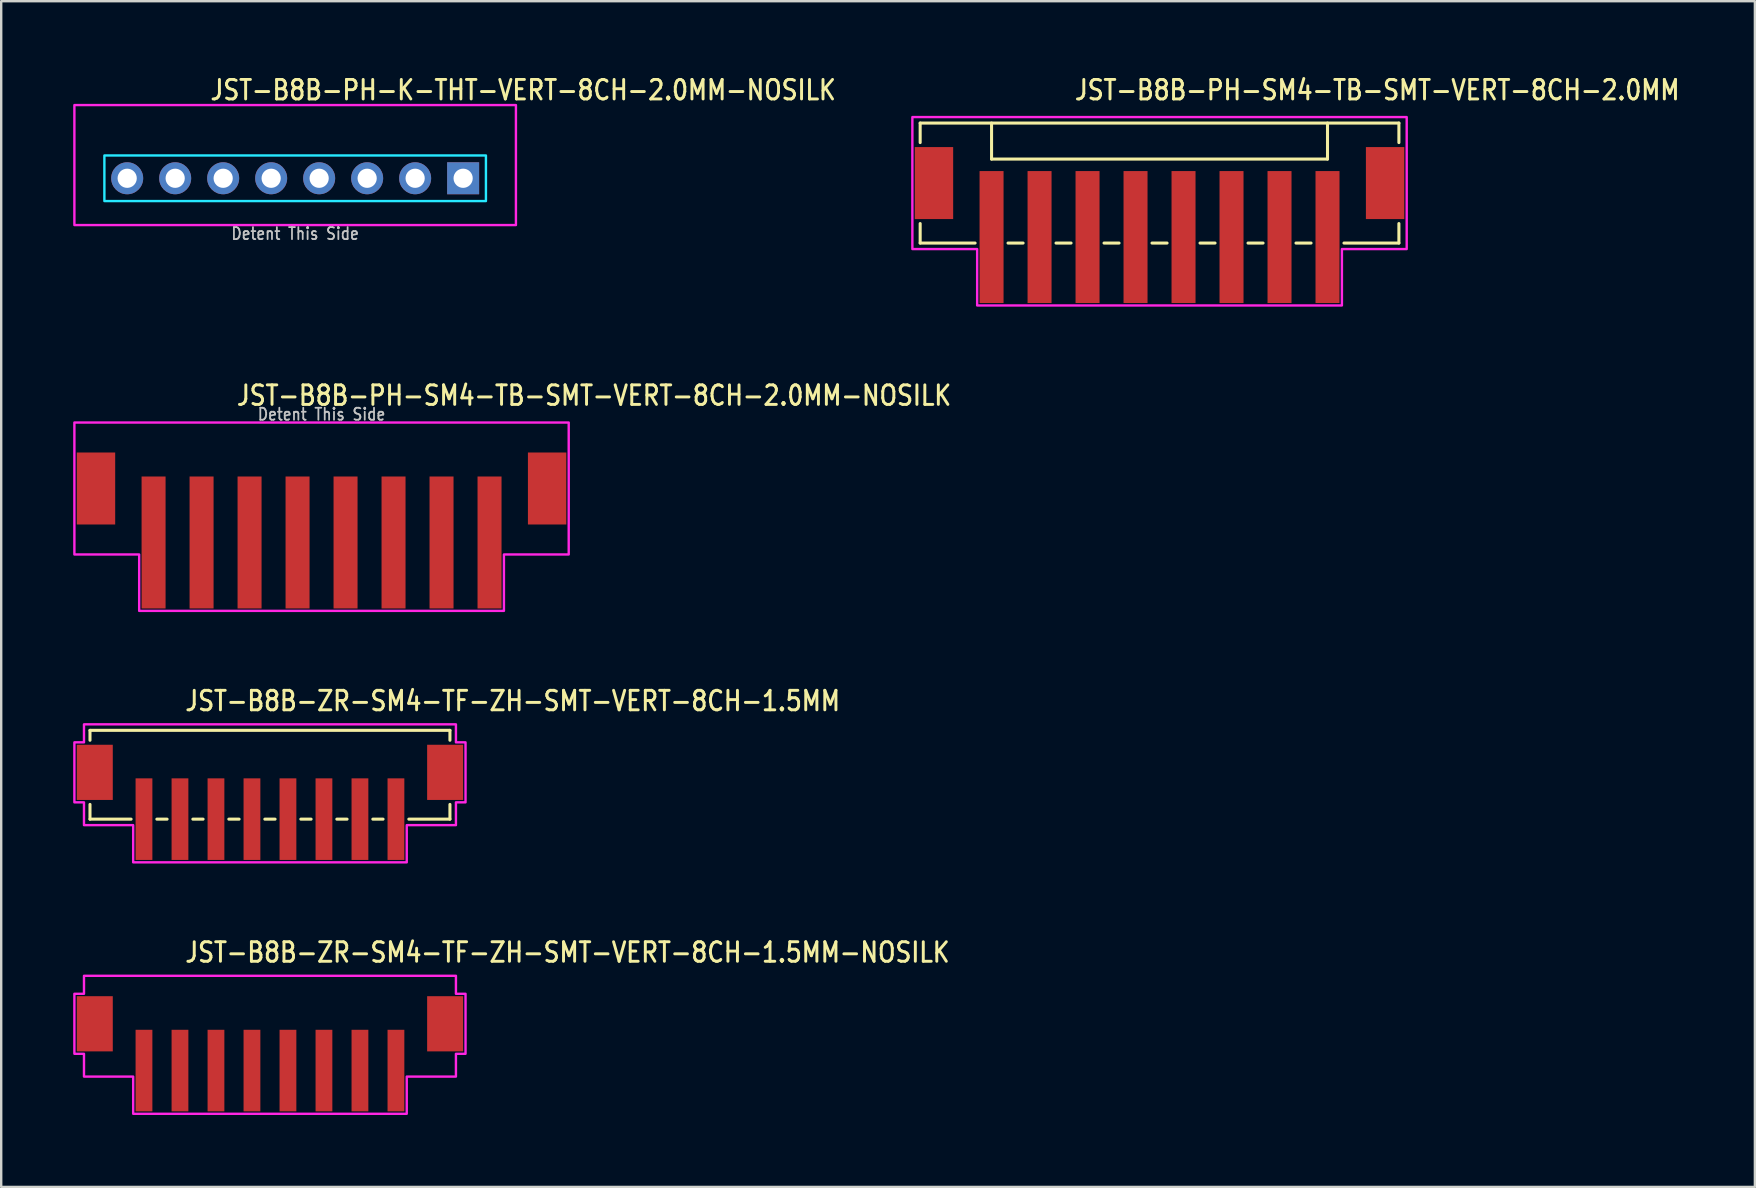
<source format=kicad_pcb>
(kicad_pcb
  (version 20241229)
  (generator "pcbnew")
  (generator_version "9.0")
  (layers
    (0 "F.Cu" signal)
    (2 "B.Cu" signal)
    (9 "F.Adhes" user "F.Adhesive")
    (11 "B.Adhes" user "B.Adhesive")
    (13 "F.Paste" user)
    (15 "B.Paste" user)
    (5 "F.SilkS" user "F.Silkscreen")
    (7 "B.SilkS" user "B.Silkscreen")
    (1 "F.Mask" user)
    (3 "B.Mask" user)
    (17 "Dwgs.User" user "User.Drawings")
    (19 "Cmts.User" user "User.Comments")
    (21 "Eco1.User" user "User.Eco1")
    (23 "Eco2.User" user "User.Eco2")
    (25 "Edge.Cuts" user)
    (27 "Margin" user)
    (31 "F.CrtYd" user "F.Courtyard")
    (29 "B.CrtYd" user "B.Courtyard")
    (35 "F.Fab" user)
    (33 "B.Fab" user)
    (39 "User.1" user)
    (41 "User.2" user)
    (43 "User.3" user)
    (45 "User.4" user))
  (footprint "JST-B8B-PH-SM4-TB-SMT-VERT-8CH-2.0MM"
    (layer "F.Cu")
    (at 45.271 4.579)
    (property "Reference" "JST-B8B-PH-SM4-TB-SMT-VERT-8CH-2.0MM" (at -3.6 -3.4 0) (unlocked yes) (layer "F.SilkS") (effects (font (size 0.813 0.695) (thickness 0.122)) (justify left bottom)))
    (fp_line (start -9.975 -2.5) (end -9.975 -1.687) (stroke (width 0.127) (type solid)) (layer "F.SilkS"))
    (fp_line (start -9.975 -2.5) (end 9.975 -2.5) (stroke (width 0.127) (type solid)) (layer "F.SilkS"))
    (fp_line (start -9.975 2.5) (end -9.975 1.687) (stroke (width 0.127) (type solid)) (layer "F.SilkS"))
    (fp_line (start -9.975 2.5) (end -7.686 2.5) (stroke (width 0.127) (type solid)) (layer "F.SilkS"))
    (fp_line (start -7 -2.5) (end -7 -1) (stroke (width 0.127) (type solid)) (layer "F.SilkS"))
    (fp_line (start -7 -1) (end 7 -1) (stroke (width 0.127) (type solid)) (layer "F.SilkS"))
    (fp_line (start -6.314 2.5) (end -5.686 2.5) (stroke (width 0.127) (type solid)) (layer "F.SilkS"))
    (fp_line (start -4.314 2.5) (end -3.687 2.5) (stroke (width 0.127) (type solid)) (layer "F.SilkS"))
    (fp_line (start -2.313 2.5) (end -1.687 2.5) (stroke (width 0.127) (type solid)) (layer "F.SilkS"))
    (fp_line (start -0.314 2.5) (end 0.314 2.5) (stroke (width 0.127) (type solid)) (layer "F.SilkS"))
    (fp_line (start 1.687 2.5) (end 2.313 2.5) (stroke (width 0.127) (type solid)) (layer "F.SilkS"))
    (fp_line (start 3.687 2.5) (end 4.314 2.5) (stroke (width 0.127) (type solid)) (layer "F.SilkS"))
    (fp_line (start 5.686 2.5) (end 6.314 2.5) (stroke (width 0.127) (type solid)) (layer "F.SilkS"))
    (fp_line (start 7 -1) (end 7 -2.5) (stroke (width 0.127) (type solid)) (layer "F.SilkS"))
    (fp_line (start 7.686 2.5) (end 9.975 2.5) (stroke (width 0.127) (type solid)) (layer "F.SilkS"))
    (fp_line (start 9.975 -1.687) (end 9.975 -2.5) (stroke (width 0.127) (type solid)) (layer "F.SilkS"))
    (fp_line (start 9.975 1.687) (end 9.975 2.5) (stroke (width 0.127) (type solid)) (layer "F.SilkS"))
    (fp_poly (pts (xy -10.3 -2.75) (xy -10.3 2.75) (xy -7.6 2.75) (xy -7.6 5.1) (xy 7.6 5.1) (xy 7.6 2.75) (xy 10.3 2.75) (xy 10.3 -2.75)) (stroke (width 0.1) (type solid)) (fill no) (layer "F.CrtYd"))
    (pad "P$1" smd rect (at -7 2.25) (size 1 5.5) (layers "F.Cu" "F.Mask" "F.Paste"))
    (pad "P$2" smd rect (at -5 2.25) (size 1 5.5) (layers "F.Cu" "F.Mask" "F.Paste"))
    (pad "P$3" smd rect (at -3 2.25) (size 1 5.5) (layers "F.Cu" "F.Mask" "F.Paste"))
    (pad "P$4" smd rect (at -1 2.25) (size 1 5.5) (layers "F.Cu" "F.Mask" "F.Paste"))
    (pad "P$5" smd rect (at 1 2.25) (size 1 5.5) (layers "F.Cu" "F.Mask" "F.Paste"))
    (pad "P$6" smd rect (at 3 2.25) (size 1 5.5) (layers "F.Cu" "F.Mask" "F.Paste"))
    (pad "P$7" smd rect (at 5 2.25) (size 1 5.5) (layers "F.Cu" "F.Mask" "F.Paste"))
    (pad "P$8" smd rect (at 7 2.25) (size 1 5.5) (layers "F.Cu" "F.Mask" "F.Paste"))
    (pad "S$1" smd rect (at -9.4 0) (size 1.6 3) (layers "F.Cu" "F.Mask" "F.Paste"))
    (pad "S$2" smd rect (at 9.4 0) (size 1.6 3) (layers "F.Cu" "F.Mask" "F.Paste")))
  (footprint "JST-B8B-ZR-SM4-TF-ZH-SMT-VERT-8CH-1.5MM-NOSILK"
    (layer "F.Cu")
    (at 8.2 39.614)
    (property "Reference" "JST-B8B-ZR-SM4-TF-ZH-SMT-VERT-8CH-1.5MM-NOSILK" (at -3.6 -2.5 0) (unlocked yes) (layer "F.SilkS") (effects (font (size 0.813 0.695) (thickness 0.122)) (justify left bottom)))
    (fp_poly (pts (xy -7.75 -2) (xy -7.75 -1.25) (xy -8.15 -1.25) (xy -8.15 1.25) (xy -7.75 1.25) (xy -7.75 2.2) (xy -5.7 2.2) (xy -5.7 3.75) (xy 5.7 3.75) (xy 5.7 2.2) (xy 7.75 2.2) (xy 7.75 1.25) (xy 8.15 1.25) (xy 8.15 -1.25) (xy 7.75 -1.25) (xy 7.75 -2)) (stroke (width 0.1) (type solid)) (fill no) (layer "F.CrtYd"))
    (pad "P$1" smd rect (at -5.25 1.95) (size 0.7 3.4) (layers "F.Cu" "F.Mask" "F.Paste"))
    (pad "P$2" smd rect (at -3.75 1.95) (size 0.7 3.4) (layers "F.Cu" "F.Mask" "F.Paste"))
    (pad "P$3" smd rect (at -2.25 1.95) (size 0.7 3.4) (layers "F.Cu" "F.Mask" "F.Paste"))
    (pad "P$4" smd rect (at -0.75 1.95) (size 0.7 3.4) (layers "F.Cu" "F.Mask" "F.Paste"))
    (pad "P$5" smd rect (at 0.75 1.95) (size 0.7 3.4) (layers "F.Cu" "F.Mask" "F.Paste"))
    (pad "P$6" smd rect (at 2.25 1.95) (size 0.7 3.4) (layers "F.Cu" "F.Mask" "F.Paste"))
    (pad "P$7" smd rect (at 3.75 1.95) (size 0.7 3.4) (layers "F.Cu" "F.Mask" "F.Paste"))
    (pad "P$8" smd rect (at 5.25 1.95) (size 0.7 3.4) (layers "F.Cu" "F.Mask" "F.Paste"))
    (pad "P$9" smd rect (at 7.3 0) (size 1.5 2.3) (layers "F.Cu" "F.Mask" "F.Paste"))
    (pad "P$10" smd rect (at -7.3 0) (size 1.5 2.3) (layers "F.Cu" "F.Mask" "F.Paste")))
  (footprint "JST-B8B-PH-SM4-TB-SMT-VERT-8CH-2.0MM-NOSILK"
    (layer "F.Cu")
    (at 10.35 17.307)
    (property "Reference" "JST-B8B-PH-SM4-TB-SMT-VERT-8CH-2.0MM-NOSILK" (at -3.6 -3.4 0) (unlocked yes) (layer "F.SilkS") (effects (font (size 0.813 0.695) (thickness 0.122)) (justify left bottom)))
    (fp_poly (pts (xy -10.3 -2.75) (xy -10.3 2.75) (xy -7.6 2.75) (xy -7.6 5.1) (xy 7.6 5.1) (xy 7.6 2.75) (xy 10.3 2.75) (xy 10.3 -2.75)) (stroke (width 0.1) (type solid)) (fill no) (layer "F.CrtYd"))
    (fp_text user "Detent This Side" (at 0 -2.8 0) (unlocked yes) (layer "Dwgs.User") (effects (font (size 0.5 0.427) (thickness 0.075)) (justify bottom)))
    (pad "P$1" smd rect (at -7 2.25) (size 1 5.5) (layers "F.Cu" "F.Mask" "F.Paste"))
    (pad "P$2" smd rect (at -5 2.25) (size 1 5.5) (layers "F.Cu" "F.Mask" "F.Paste"))
    (pad "P$3" smd rect (at -3 2.25) (size 1 5.5) (layers "F.Cu" "F.Mask" "F.Paste"))
    (pad "P$4" smd rect (at -1 2.25) (size 1 5.5) (layers "F.Cu" "F.Mask" "F.Paste"))
    (pad "P$5" smd rect (at 1 2.25) (size 1 5.5) (layers "F.Cu" "F.Mask" "F.Paste"))
    (pad "P$6" smd rect (at 3 2.25) (size 1 5.5) (layers "F.Cu" "F.Mask" "F.Paste"))
    (pad "P$7" smd rect (at 5 2.25) (size 1 5.5) (layers "F.Cu" "F.Mask" "F.Paste"))
    (pad "P$8" smd rect (at 7 2.25) (size 1 5.5) (layers "F.Cu" "F.Mask" "F.Paste"))
    (pad "S$1" smd rect (at -9.4 0) (size 1.6 3) (layers "F.Cu" "F.Mask" "F.Paste"))
    (pad "S$2" smd rect (at 9.4 0) (size 1.6 3) (layers "F.Cu" "F.Mask" "F.Paste")))
  (footprint "JST-B8B-ZR-SM4-TF-ZH-SMT-VERT-8CH-1.5MM"
    (layer "F.Cu")
    (at 8.2 29.136)
    (property "Reference" "JST-B8B-ZR-SM4-TF-ZH-SMT-VERT-8CH-1.5MM" (at -3.6 -2.5 0) (unlocked yes) (layer "F.SilkS") (effects (font (size 0.813 0.695) (thickness 0.122)) (justify left bottom)))
    (fp_line (start -7.5 -1.75) (end -7.5 -1.337) (stroke (width 0.127) (type solid)) (layer "F.SilkS"))
    (fp_line (start -7.5 -1.75) (end 7.5 -1.75) (stroke (width 0.127) (type solid)) (layer "F.SilkS"))
    (fp_line (start -7.5 1.95) (end -7.5 1.337) (stroke (width 0.127) (type solid)) (layer "F.SilkS"))
    (fp_line (start -7.5 1.95) (end -5.787 1.95) (stroke (width 0.127) (type solid)) (layer "F.SilkS"))
    (fp_line (start -4.713 1.95) (end -4.287 1.95) (stroke (width 0.127) (type solid)) (layer "F.SilkS"))
    (fp_line (start -3.213 1.95) (end -2.787 1.95) (stroke (width 0.127) (type solid)) (layer "F.SilkS"))
    (fp_line (start -1.714 1.95) (end -1.286 1.95) (stroke (width 0.127) (type solid)) (layer "F.SilkS"))
    (fp_line (start -0.213 1.95) (end 0.213 1.95) (stroke (width 0.127) (type solid)) (layer "F.SilkS"))
    (fp_line (start 1.286 1.95) (end 1.714 1.95) (stroke (width 0.127) (type solid)) (layer "F.SilkS"))
    (fp_line (start 2.787 1.95) (end 3.213 1.95) (stroke (width 0.127) (type solid)) (layer "F.SilkS"))
    (fp_line (start 4.287 1.95) (end 4.713 1.95) (stroke (width 0.127) (type solid)) (layer "F.SilkS"))
    (fp_line (start 5.787 1.95) (end 7.5 1.95) (stroke (width 0.127) (type solid)) (layer "F.SilkS"))
    (fp_line (start 7.5 -1.337) (end 7.5 -1.75) (stroke (width 0.127) (type solid)) (layer "F.SilkS"))
    (fp_line (start 7.5 1.337) (end 7.5 1.95) (stroke (width 0.127) (type solid)) (layer "F.SilkS"))
    (fp_poly (pts (xy -7.75 -2) (xy -7.75 -1.25) (xy -8.15 -1.25) (xy -8.15 1.25) (xy -7.75 1.25) (xy -7.75 2.2) (xy -5.7 2.2) (xy -5.7 3.75) (xy 5.7 3.75) (xy 5.7 2.2) (xy 7.75 2.2) (xy 7.75 1.25) (xy 8.15 1.25) (xy 8.15 -1.25) (xy 7.75 -1.25) (xy 7.75 -2)) (stroke (width 0.1) (type solid)) (fill no) (layer "F.CrtYd"))
    (pad "P$1" smd rect (at -5.25 1.95) (size 0.7 3.4) (layers "F.Cu" "F.Mask" "F.Paste"))
    (pad "P$2" smd rect (at -3.75 1.95) (size 0.7 3.4) (layers "F.Cu" "F.Mask" "F.Paste"))
    (pad "P$3" smd rect (at -2.25 1.95) (size 0.7 3.4) (layers "F.Cu" "F.Mask" "F.Paste"))
    (pad "P$4" smd rect (at -0.75 1.95) (size 0.7 3.4) (layers "F.Cu" "F.Mask" "F.Paste"))
    (pad "P$5" smd rect (at 0.75 1.95) (size 0.7 3.4) (layers "F.Cu" "F.Mask" "F.Paste"))
    (pad "P$6" smd rect (at 2.25 1.95) (size 0.7 3.4) (layers "F.Cu" "F.Mask" "F.Paste"))
    (pad "P$7" smd rect (at 3.75 1.95) (size 0.7 3.4) (layers "F.Cu" "F.Mask" "F.Paste"))
    (pad "P$8" smd rect (at 5.25 1.95) (size 0.7 3.4) (layers "F.Cu" "F.Mask" "F.Paste"))
    (pad "S$9" smd rect (at 7.3 0) (size 1.5 2.3) (layers "F.Cu" "F.Mask" "F.Paste"))
    (pad "S$10" smd rect (at -7.3 0) (size 1.5 2.3) (layers "F.Cu" "F.Mask" "F.Paste")))
  (footprint "JST-B8B-PH-K-THT-VERT-8CH-2.0MM-NOSILK"
    (layer "F.Cu")
    (at 9.25 4.379)
    (property "Reference" "JST-B8B-PH-K-THT-VERT-8CH-2.0MM-NOSILK" (at -3.6 -3.2 0) (unlocked yes) (layer "F.SilkS") (effects (font (size 0.813 0.695) (thickness 0.122)) (justify left bottom)))
    (fp_poly (pts (xy -7.95 -0.95) (xy -7.95 0.95) (xy 7.95 0.95) (xy 7.95 -0.95)) (stroke (width 0.1) (type solid)) (fill no) (layer "B.CrtYd"))
    (fp_poly (pts (xy -9.2 1.95) (xy -9.2 -3.05) (xy 9.2 -3.05) (xy 9.2 1.95)) (stroke (width 0.1) (type solid)) (fill no) (layer "F.CrtYd"))
    (fp_text user "Detent This Side" (at 0 2.6 0) (unlocked yes) (layer "Dwgs.User") (effects (font (size 0.5 0.427) (thickness 0.075)) (justify bottom)))
    (pad "P$1" thru_hole rect (at 7 0) (size 1.333 1.333) (drill 0.8) (layers "*.Cu" "*.Mask"))
    (pad "P$2" thru_hole oval (at 5 0) (size 1.333 1.333) (drill 0.8) (layers "*.Cu" "*.Mask"))
    (pad "P$3" thru_hole oval (at 3 0) (size 1.333 1.333) (drill 0.8) (layers "*.Cu" "*.Mask"))
    (pad "P$4" thru_hole oval (at 1 0) (size 1.333 1.333) (drill 0.8) (layers "*.Cu" "*.Mask"))
    (pad "P$5" thru_hole oval (at -1 0) (size 1.333 1.333) (drill 0.8) (layers "*.Cu" "*.Mask"))
    (pad "P$6" thru_hole oval (at -3 0) (size 1.333 1.333) (drill 0.8) (layers "*.Cu" "*.Mask"))
    (pad "P$7" thru_hole oval (at -5 0) (size 1.333 1.333) (drill 0.8) (layers "*.Cu" "*.Mask"))
    (pad "P$8" thru_hole oval (at -7 0) (size 1.333 1.333) (drill 0.8) (layers "*.Cu" "*.Mask")))
  (gr_rect
    (start -3 -3)
    (end 70.081 46.414)
    (stroke (width 0.1) (type default))
    (fill no)
    (layer "Edge.Cuts")))
</source>
